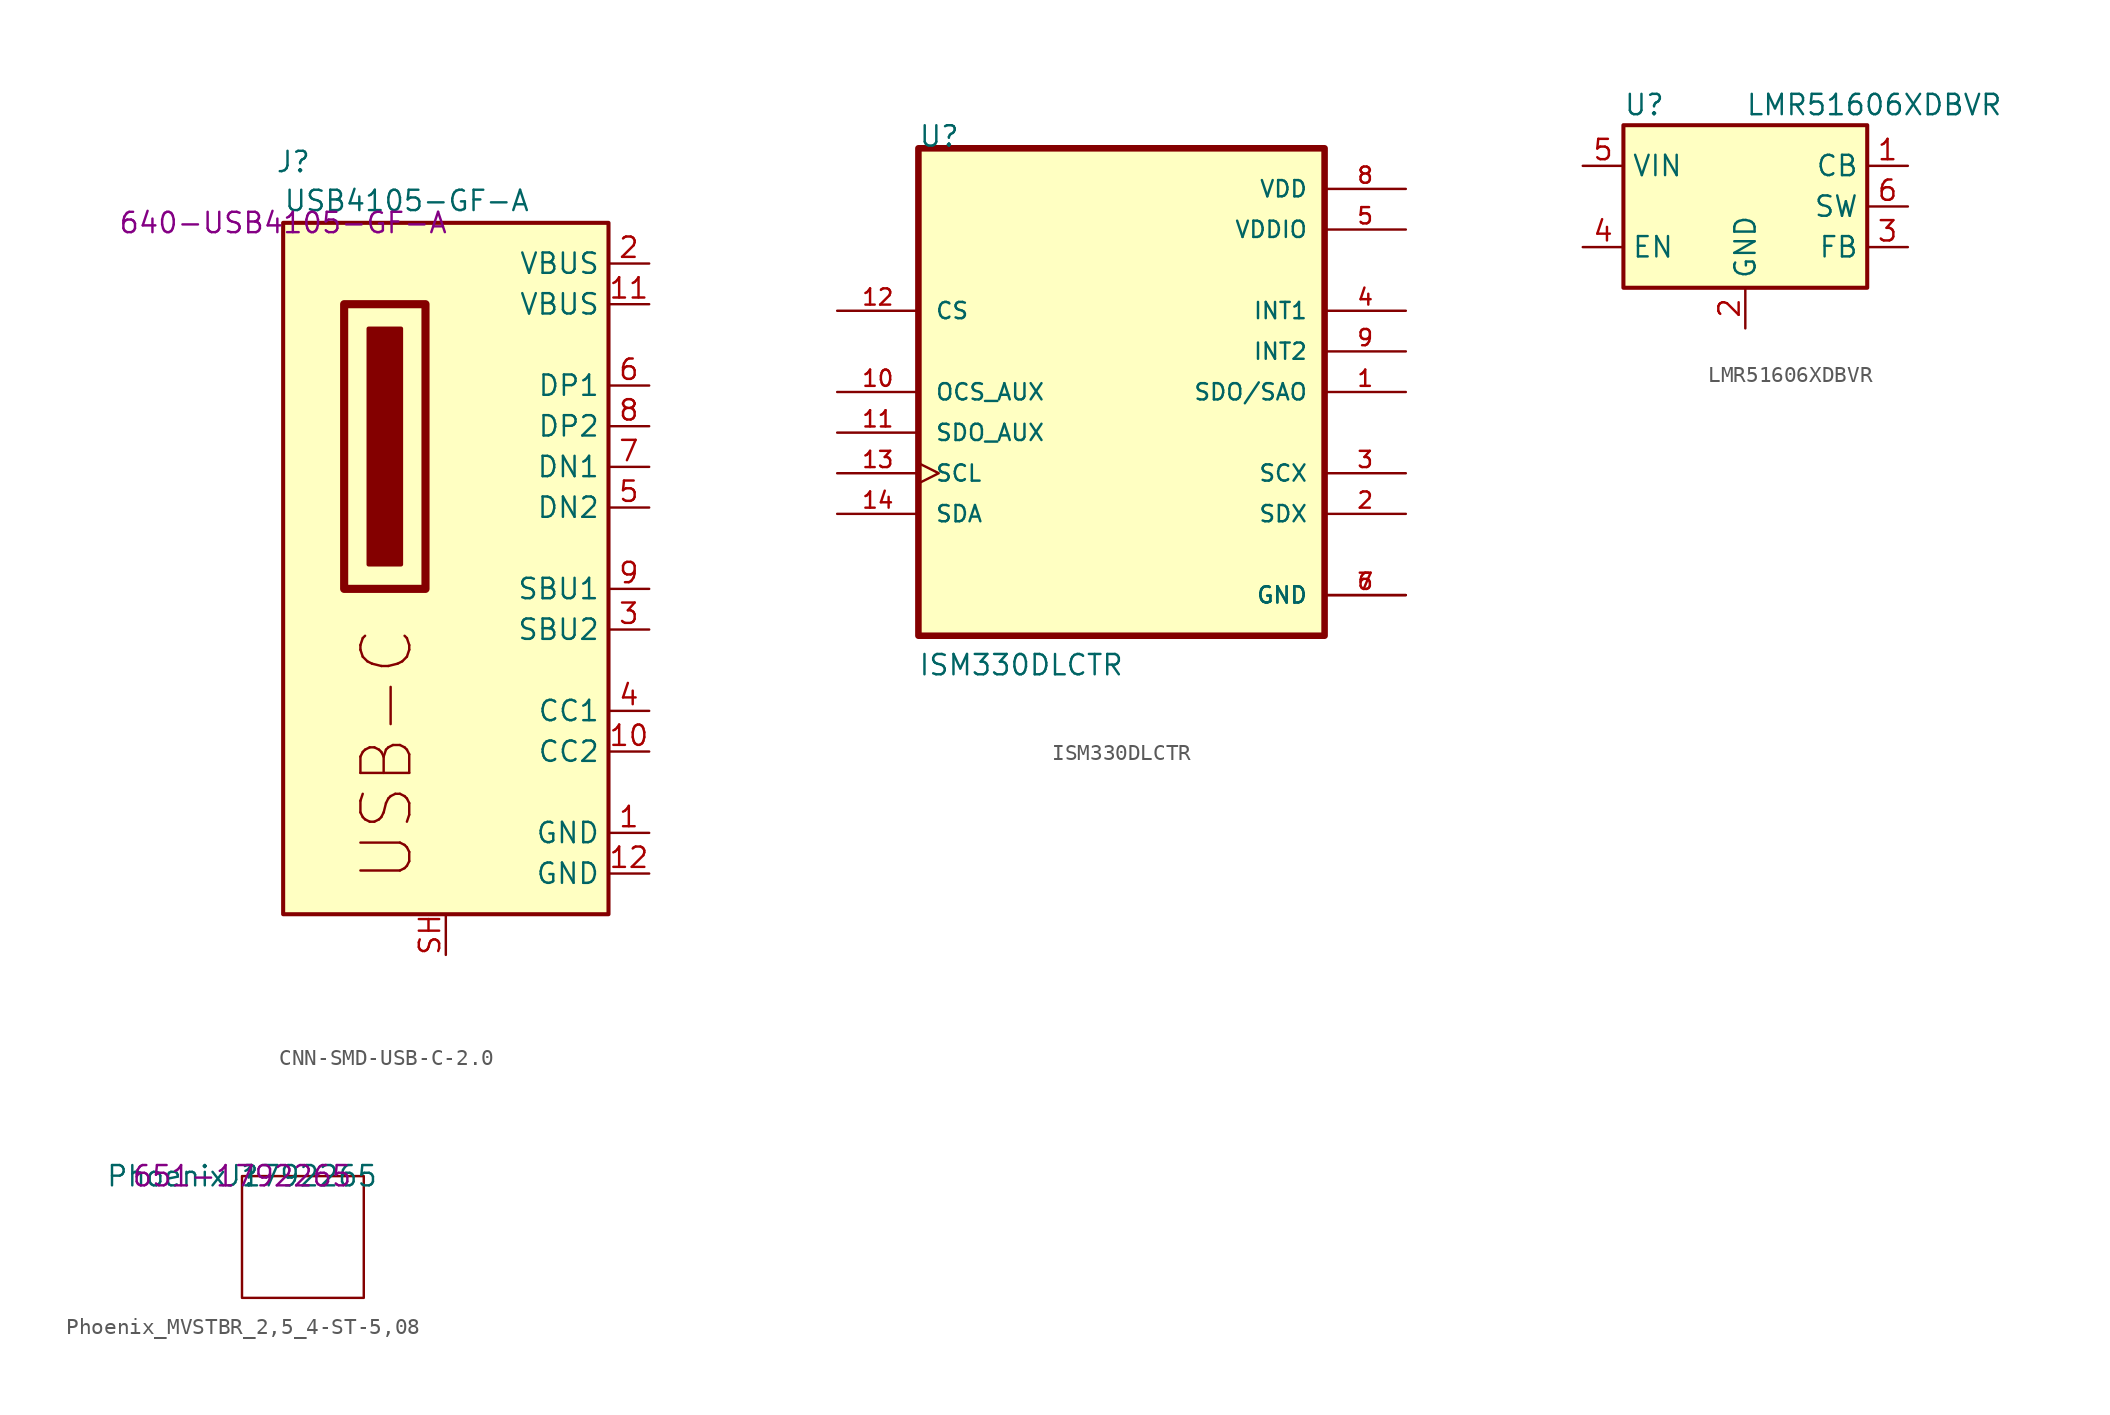
<source format=kicad_sym>
(kicad_symbol_lib
  (version 20231120)
  (generator "kicad_symbol_editor")
  (generator_version "8.0")
  (symbol "CNN-SMD-USB-C-2.0"
    (property "Reference" "J"
      (at 0.635 3.81 0)
      (effects (font (size 1.27 1.27))))
    (property "Value" "USB4105-GF-A"
      (at 0 0.635 0)
      (effects (font (size 1.27 1.27)) (justify left bottom)))
    (property "Mouser" "640-USB4105-GF-A"
      (at 0 0 0)
      (effects (font (size 1.27 1.27))))
    (symbol "CNN-SMD-USB-C-2.0_1_0"
      (rectangle (start 0 0) (end 20.32 -43.18) (stroke (width 0.254) (type solid)) (fill (type background)))
      (rectangle (start 3.81 -5.08) (end 8.89 -22.86) (stroke (width 0.508) (type solid)) (fill (type none)))
      (rectangle (start 5.334 -6.604) (end 7.366 -21.336) (stroke (width 0.254) (type solid)) (fill (type outline)))
      (text "USB-C" (at 8.255 -41.275 900) (effects (font (size 3.048 3.048)) (justify left bottom)))
      (pin passive line (at 22.86 -38.1 180) (length 2.54) (name "GND" (effects (font (size 1.27 1.27)))) (number "1" (effects (font (size 1.27 1.27)))))
      (pin passive line (at 22.86 -33.02 180) (length 2.54) (name "CC2" (effects (font (size 1.27 1.27)))) (number "10" (effects (font (size 1.27 1.27)))))
      (pin passive line (at 22.86 -5.08 180) (length 2.54) (name "VBUS" (effects (font (size 1.27 1.27)))) (number "11" (effects (font (size 1.27 1.27)))))
      (pin passive line (at 22.86 -40.64 180) (length 2.54) (name "GND" (effects (font (size 1.27 1.27)))) (number "12" (effects (font (size 1.27 1.27)))))
      (pin passive line (at 22.86 -2.54 180) (length 2.54) (name "VBUS" (effects (font (size 1.27 1.27)))) (number "2" (effects (font (size 1.27 1.27)))))
      (pin passive line (at 22.86 -25.4 180) (length 2.54) (name "SBU2" (effects (font (size 1.27 1.27)))) (number "3" (effects (font (size 1.27 1.27)))))
      (pin passive line (at 22.86 -30.48 180) (length 2.54) (name "CC1" (effects (font (size 1.27 1.27)))) (number "4" (effects (font (size 1.27 1.27)))))
      (pin passive line (at 22.86 -17.78 180) (length 2.54) (name "DN2" (effects (font (size 1.27 1.27)))) (number "5" (effects (font (size 1.27 1.27)))))
      (pin passive line (at 22.86 -10.16 180) (length 2.54) (name "DP1" (effects (font (size 1.27 1.27)))) (number "6" (effects (font (size 1.27 1.27)))))
      (pin passive line (at 22.86 -15.24 180) (length 2.54) (name "DN1" (effects (font (size 1.27 1.27)))) (number "7" (effects (font (size 1.27 1.27)))))
      (pin passive line (at 22.86 -12.7 180) (length 2.54) (name "DP2" (effects (font (size 1.27 1.27)))) (number "8" (effects (font (size 1.27 1.27)))))
      (pin passive line (at 22.86 -22.86 180) (length 2.54) (name "SBU1" (effects (font (size 1.27 1.27)))) (number "9" (effects (font (size 1.27 1.27)))))
      (pin passive line (at 10.16 -45.72 90) (length 2.54) (name "SHIELD" (effects (font (size 0 0)))) (number "SH" (effects (font (size 1.27 1.27)))))))
  (symbol "ISM330DLCTR"
    (pin_names
      (offset 1.016))
    (property "Reference" "U"
      (at -12.708 15.249 0)
      (effects (font (size 1.27 1.27)) (justify left bottom)))
    (property "Value" "ISM330DLCTR"
      (at -12.724 -17.814 0)
      (effects (font (size 1.27 1.27)) (justify left bottom)))
    (symbol "ISM330DLCTR_0_0"
      (rectangle (start -12.7 -15.24) (end 12.7 15.24) (stroke (width 0.41) (type default)) (fill (type background)))
      (pin output line (at 17.78 0 180) (length 5.08) (name "SDO/SAO" (effects (font (size 1.016 1.016)))) (number "1" (effects (font (size 1.016 1.016)))))
      (pin bidirectional line (at -17.78 0 0) (length 5.08) (name "OCS_AUX" (effects (font (size 1.016 1.016)))) (number "10" (effects (font (size 1.016 1.016)))))
      (pin bidirectional line (at -17.78 -2.54 0) (length 5.08) (name "SDO_AUX" (effects (font (size 1.016 1.016)))) (number "11" (effects (font (size 1.016 1.016)))))
      (pin input line (at -17.78 5.08 0) (length 5.08) (name "CS" (effects (font (size 1.016 1.016)))) (number "12" (effects (font (size 1.016 1.016)))))
      (pin bidirectional clock (at -17.78 -5.08 0) (length 5.08) (name "SCL" (effects (font (size 1.016 1.016)))) (number "13" (effects (font (size 1.016 1.016)))))
      (pin bidirectional line (at -17.78 -7.62 0) (length 5.08) (name "SDA" (effects (font (size 1.016 1.016)))) (number "14" (effects (font (size 1.016 1.016)))))
      (pin bidirectional line (at 17.78 -7.62 180) (length 5.08) (name "SDX" (effects (font (size 1.016 1.016)))) (number "2" (effects (font (size 1.016 1.016)))))
      (pin bidirectional line (at 17.78 -5.08 180) (length 5.08) (name "SCX" (effects (font (size 1.016 1.016)))) (number "3" (effects (font (size 1.016 1.016)))))
      (pin output line (at 17.78 5.08 180) (length 5.08) (name "INT1" (effects (font (size 1.016 1.016)))) (number "4" (effects (font (size 1.016 1.016)))))
      (pin power_in line (at 17.78 10.16 180) (length 5.08) (name "VDDIO" (effects (font (size 1.016 1.016)))) (number "5" (effects (font (size 1.016 1.016)))))
      (pin power_in line (at 17.78 -12.7 180) (length 5.08) (name "GND" (effects (font (size 1.016 1.016)))) (number "6" (effects (font (size 1.016 1.016)))))
      (pin power_in line (at 17.78 -12.7 180) (length 5.08) (name "GND" (effects (font (size 1.016 1.016)))) (number "7" (effects (font (size 1.016 1.016)))))
      (pin power_in line (at 17.78 12.7 180) (length 5.08) (name "VDD" (effects (font (size 1.016 1.016)))) (number "8" (effects (font (size 1.016 1.016)))))
      (pin output line (at 17.78 2.54 180) (length 5.08) (name "INT2" (effects (font (size 1.016 1.016)))) (number "9" (effects (font (size 1.016 1.016)))))))
  (symbol "LMR51606XDBVR"
    (property "Reference" "U"
      (at -7.62 6.35 0)
      (effects (font (size 1.27 1.27)) (justify left)))
    (property "Value" "LMR51606XDBVR"
      (at 0 6.35 0)
      (effects (font (size 1.27 1.27)) (justify left)))
    (symbol "LMR51606XDBVR_0_1"
      (rectangle (start -7.62 5.08) (end 7.62 -5.08) (stroke (width 0.254) (type default)) (fill (type background))))
    (symbol "LMR51606XDBVR_1_1"
      (pin passive line (at 10.16 2.54 180) (length 2.54) (name "CB" (effects (font (size 1.27 1.27)))) (number "1" (effects (font (size 1.27 1.27)))))
      (pin power_in line (at 0 -7.62 90) (length 2.54) (name "GND" (effects (font (size 1.27 1.27)))) (number "2" (effects (font (size 1.27 1.27)))))
      (pin input line (at 10.16 -2.54 180) (length 2.54) (name "FB" (effects (font (size 1.27 1.27)))) (number "3" (effects (font (size 1.27 1.27)))))
      (pin input line (at -10.16 -2.54 0) (length 2.54) (name "EN" (effects (font (size 1.27 1.27)))) (number "4" (effects (font (size 1.27 1.27)))))
      (pin power_in line (at -10.16 2.54 0) (length 2.54) (name "VIN" (effects (font (size 1.27 1.27)))) (number "5" (effects (font (size 1.27 1.27)))))
      (pin power_out line (at 10.16 0 180) (length 2.54) (name "SW" (effects (font (size 1.27 1.27)))) (number "6" (effects (font (size 1.27 1.27)))))))
  (symbol "Phoenix_MVSTBR_2,5_4-ST-5,08"
    (property "Reference" "J"
      (at 0 0 0)
      (effects (font (size 1.27 1.27))))
    (property "Value" "Phoenix 1792265"
      (at 0 0 0)
      (effects (font (size 1.27 1.27))))
    (property "Mouser" "651-1792265"
      (at 0 0 0)
      (effects (font (size 1.27 1.27))))
    (symbol "Phoenix_MVSTBR_2,5_4-ST-5,08_0_1"
      (rectangle (start 0 0) (end 7.62 -7.62) (stroke (width 0) (type default)) (fill (type none))))))
</source>
